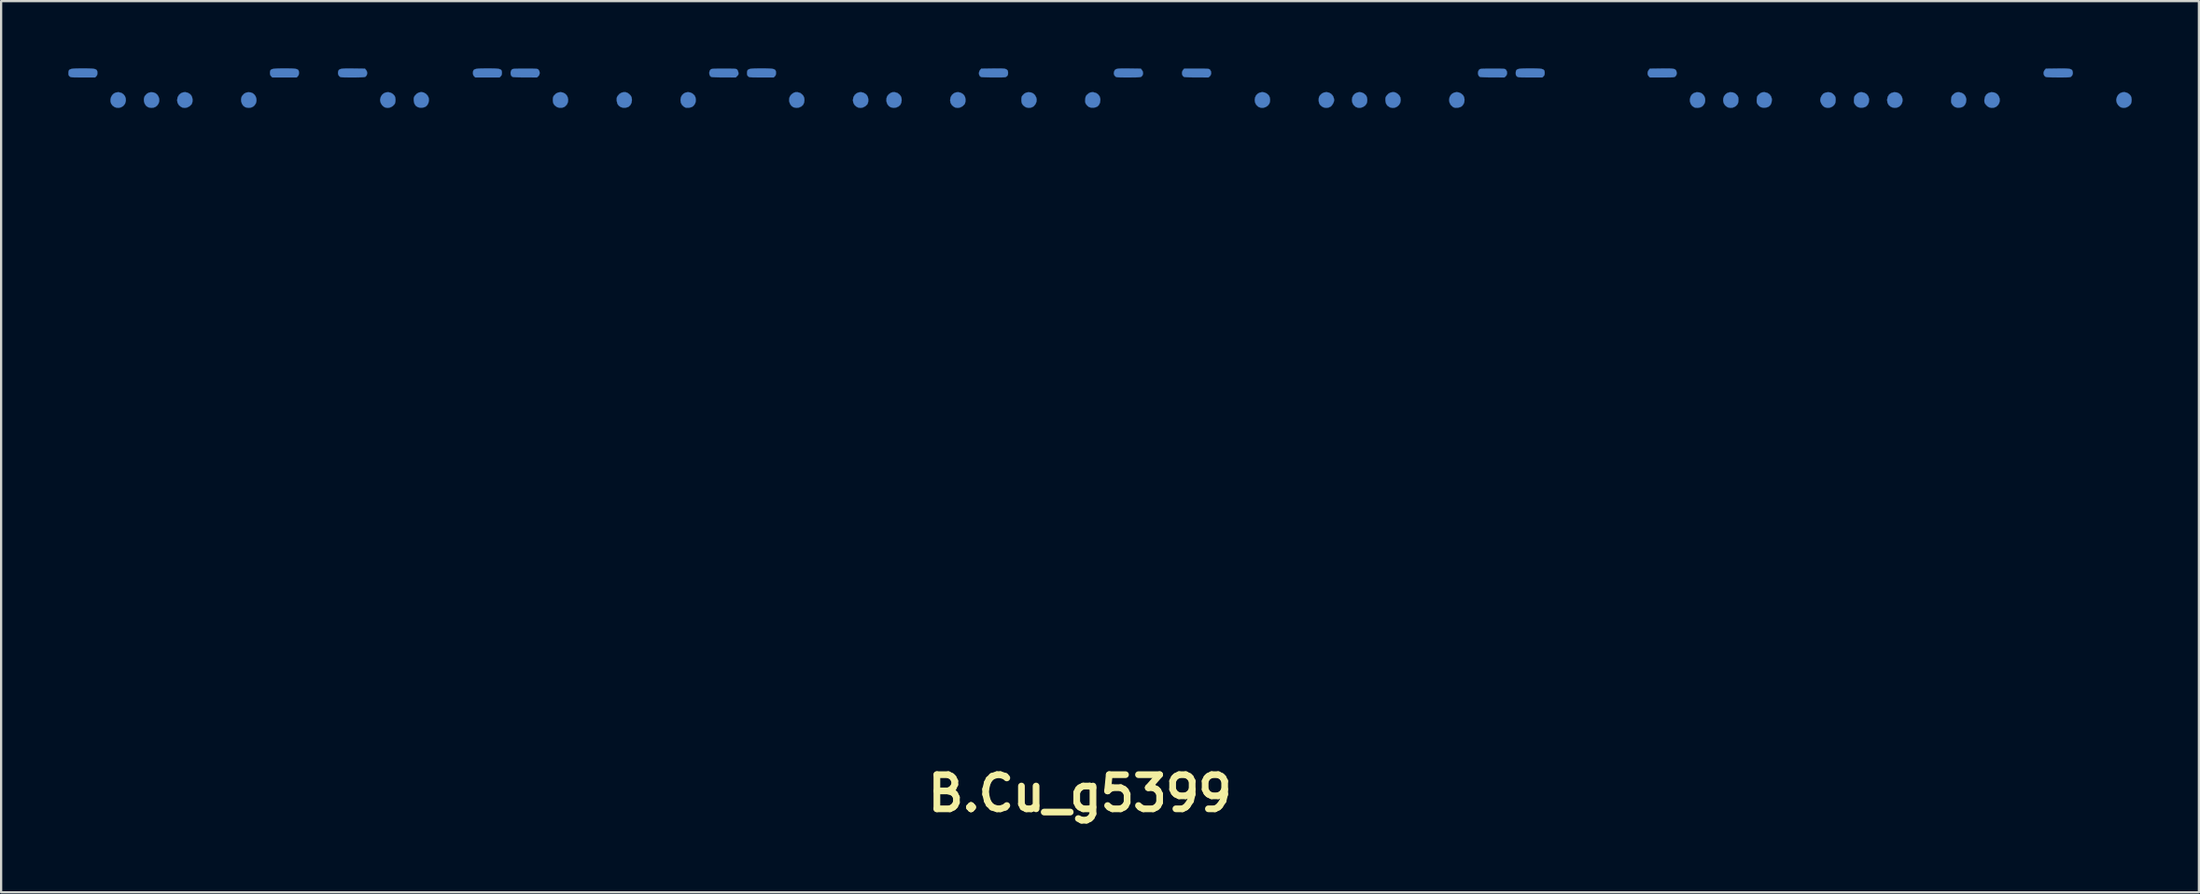
<source format=kicad_pcb>
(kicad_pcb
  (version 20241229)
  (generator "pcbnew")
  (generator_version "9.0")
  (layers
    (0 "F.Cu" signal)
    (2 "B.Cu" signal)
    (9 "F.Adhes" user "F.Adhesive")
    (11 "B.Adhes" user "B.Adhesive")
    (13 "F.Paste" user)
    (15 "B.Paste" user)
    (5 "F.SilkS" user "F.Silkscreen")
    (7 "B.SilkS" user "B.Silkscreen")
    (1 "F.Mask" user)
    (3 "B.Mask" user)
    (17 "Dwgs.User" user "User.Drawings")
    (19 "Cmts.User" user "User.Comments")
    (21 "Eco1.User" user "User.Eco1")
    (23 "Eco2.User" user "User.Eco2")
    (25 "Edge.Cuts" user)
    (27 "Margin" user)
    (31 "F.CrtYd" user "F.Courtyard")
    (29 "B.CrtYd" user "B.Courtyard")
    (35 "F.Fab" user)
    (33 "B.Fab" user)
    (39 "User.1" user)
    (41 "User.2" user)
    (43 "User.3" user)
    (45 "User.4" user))
  (footprint "B.Cu_g5399"
    (layer "F.Cu")
    (at 45.154 32.369)
    (property "Reference" "B.Cu_g5399" (at 0 0 0) (layer "F.SilkS") (effects (font (size 1.524 1.524) (thickness 0.3))))
    (attr through_hole)
    (fp_poly (pts (xy -42.9 -31.3) (xy -42.786 -31.271) (xy -42.694 -31.21) (xy -42.629 -31.126) (xy -42.592 -31.025) (xy -42.588 -30.914) (xy -42.621 -30.801) (xy -42.64 -30.765) (xy -42.711 -30.682) (xy -42.806 -30.628) (xy -42.915 -30.606) (xy -43.027 -30.618) (xy -43.094 -30.644) (xy -43.184 -30.71) (xy -43.242 -30.794) (xy -43.27 -30.889) (xy -43.27 -30.988) (xy -43.245 -31.085) (xy -43.196 -31.171) (xy -43.125 -31.241) (xy -43.034 -31.287) (xy -42.926 -31.302) (xy -42.9 -31.3)) (stroke (width 0.01) (type solid)) (fill yes) (layer "B.Cu"))
    (fp_poly (pts (xy -41.356 -31.293) (xy -41.26 -31.254) (xy -41.184 -31.189) (xy -41.13 -31.104) (xy -41.1 -31.008) (xy -41.097 -30.907) (xy -41.124 -30.808) (xy -41.181 -30.717) (xy -41.253 -30.655) (xy -41.338 -30.619) (xy -41.441 -30.607) (xy -41.546 -30.62) (xy -41.609 -30.642) (xy -41.687 -30.703) (xy -41.744 -30.79) (xy -41.776 -30.892) (xy -41.782 -30.998) (xy -41.757 -31.097) (xy -41.735 -31.136) (xy -41.656 -31.227) (xy -41.564 -31.28) (xy -41.469 -31.3) (xy -41.356 -31.293)) (stroke (width 0.01) (type solid)) (fill yes) (layer "B.Cu"))
    (fp_poly (pts (xy -39.825 -31.279) (xy -39.729 -31.223) (xy -39.67 -31.161) (xy -39.63 -31.08) (xy -39.611 -30.98) (xy -39.614 -30.878) (xy -39.641 -30.79) (xy -39.658 -30.762) (xy -39.742 -30.679) (xy -39.843 -30.625) (xy -39.951 -30.604) (xy -40.058 -30.618) (xy -40.123 -30.647) (xy -40.217 -30.727) (xy -40.276 -30.826) (xy -40.297 -30.94) (xy -40.279 -31.061) (xy -40.27 -31.085) (xy -40.212 -31.184) (xy -40.131 -31.254) (xy -40.034 -31.294) (xy -39.929 -31.303) (xy -39.825 -31.279)) (stroke (width 0.01) (type solid)) (fill yes) (layer "B.Cu"))
    (fp_poly (pts (xy -37.016 -31.293) (xy -36.92 -31.254) (xy -36.844 -31.189) (xy -36.79 -31.105) (xy -36.761 -31.008) (xy -36.758 -30.907) (xy -36.784 -30.808) (xy -36.842 -30.717) (xy -36.914 -30.655) (xy -36.999 -30.619) (xy -37.102 -30.607) (xy -37.207 -30.62) (xy -37.27 -30.642) (xy -37.348 -30.703) (xy -37.405 -30.79) (xy -37.437 -30.892) (xy -37.442 -30.998) (xy -37.418 -31.097) (xy -37.396 -31.136) (xy -37.317 -31.227) (xy -37.225 -31.28) (xy -37.13 -31.3) (xy -37.016 -31.293)) (stroke (width 0.01) (type solid)) (fill yes) (layer "B.Cu"))
    (fp_poly (pts (xy -30.764 -31.279) (xy -30.667 -31.222) (xy -30.598 -31.149) (xy -30.566 -31.079) (xy -30.552 -30.986) (xy -30.556 -30.888) (xy -30.577 -30.802) (xy -30.598 -30.762) (xy -30.683 -30.677) (xy -30.785 -30.624) (xy -30.893 -30.604) (xy -31.001 -30.619) (xy -31.075 -30.655) (xy -31.152 -30.728) (xy -31.208 -30.824) (xy -31.235 -30.928) (xy -31.235 -30.983) (xy -31.205 -31.099) (xy -31.146 -31.191) (xy -31.066 -31.256) (xy -30.97 -31.294) (xy -30.867 -31.302) (xy -30.764 -31.279)) (stroke (width 0.01) (type solid)) (fill yes) (layer "B.Cu"))
    (fp_poly (pts (xy -9.662 -31.279) (xy -9.567 -31.223) (xy -9.508 -31.161) (xy -9.467 -31.08) (xy -9.448 -30.98) (xy -9.452 -30.878) (xy -9.478 -30.79) (xy -9.495 -30.762) (xy -9.579 -30.679) (xy -9.68 -30.625) (xy -9.789 -30.604) (xy -9.896 -30.618) (xy -9.961 -30.647) (xy -10.055 -30.727) (xy -10.113 -30.826) (xy -10.134 -30.94) (xy -10.116 -31.061) (xy -10.108 -31.085) (xy -10.05 -31.184) (xy -9.968 -31.254) (xy -9.871 -31.294) (xy -9.767 -31.303) (xy -9.662 -31.279)) (stroke (width 0.01) (type solid)) (fill yes) (layer "B.Cu"))
    (fp_poly (pts (xy -5.323 -31.279) (xy -5.228 -31.223) (xy -5.169 -31.161) (xy -5.128 -31.08) (xy -5.109 -30.98) (xy -5.113 -30.878) (xy -5.139 -30.79) (xy -5.156 -30.762) (xy -5.24 -30.679) (xy -5.341 -30.625) (xy -5.45 -30.604) (xy -5.556 -30.618) (xy -5.622 -30.647) (xy -5.715 -30.727) (xy -5.774 -30.826) (xy -5.795 -30.94) (xy -5.777 -31.061) (xy -5.769 -31.085) (xy -5.711 -31.184) (xy -5.629 -31.254) (xy -5.532 -31.294) (xy -5.427 -31.303) (xy -5.323 -31.279)) (stroke (width 0.01) (type solid)) (fill yes) (layer "B.Cu"))
    (fp_poly (pts (xy 8.231 -31.292) (xy 8.33 -31.248) (xy 8.417 -31.17) (xy 8.432 -31.152) (xy 8.47 -31.069) (xy 8.485 -30.968) (xy 8.476 -30.865) (xy 8.445 -30.781) (xy 8.376 -30.696) (xy 8.284 -30.638) (xy 8.179 -30.608) (xy 8.071 -30.61) (xy 7.972 -30.646) (xy 7.958 -30.655) (xy 7.87 -30.738) (xy 7.817 -30.843) (xy 7.801 -30.956) (xy 7.819 -31.073) (xy 7.868 -31.168) (xy 7.94 -31.239) (xy 8.029 -31.285) (xy 8.129 -31.304) (xy 8.231 -31.292)) (stroke (width 0.01) (type solid)) (fill yes) (layer "B.Cu"))
    (fp_poly (pts (xy 12.57 -31.292) (xy 12.669 -31.248) (xy 12.757 -31.17) (xy 12.771 -31.152) (xy 12.809 -31.069) (xy 12.824 -30.968) (xy 12.815 -30.865) (xy 12.785 -30.781) (xy 12.715 -30.696) (xy 12.623 -30.638) (xy 12.518 -30.608) (xy 12.41 -30.61) (xy 12.311 -30.646) (xy 12.297 -30.655) (xy 12.209 -30.738) (xy 12.156 -30.843) (xy 12.141 -30.956) (xy 12.158 -31.073) (xy 12.207 -31.168) (xy 12.279 -31.239) (xy 12.369 -31.285) (xy 12.468 -31.304) (xy 12.57 -31.292)) (stroke (width 0.01) (type solid)) (fill yes) (layer "B.Cu"))
    (fp_poly (pts (xy 27.648 -31.293) (xy 27.744 -31.254) (xy 27.82 -31.189) (xy 27.874 -31.105) (xy 27.904 -31.008) (xy 27.906 -30.907) (xy 27.88 -30.808) (xy 27.822 -30.717) (xy 27.751 -30.655) (xy 27.675 -30.623) (xy 27.579 -30.608) (xy 27.483 -30.611) (xy 27.421 -30.627) (xy 27.33 -30.687) (xy 27.265 -30.776) (xy 27.229 -30.884) (xy 27.225 -30.982) (xy 27.253 -31.103) (xy 27.314 -31.198) (xy 27.403 -31.265) (xy 27.519 -31.299) (xy 27.534 -31.3) (xy 27.648 -31.293)) (stroke (width 0.01) (type solid)) (fill yes) (layer "B.Cu"))
    (fp_poly (pts (xy 36.452 -31.293) (xy 36.549 -31.254) (xy 36.626 -31.189) (xy 36.68 -31.105) (xy 36.71 -31.009) (xy 36.713 -30.908) (xy 36.686 -30.808) (xy 36.628 -30.718) (xy 36.556 -30.655) (xy 36.465 -30.617) (xy 36.359 -30.607) (xy 36.252 -30.626) (xy 36.192 -30.653) (xy 36.103 -30.727) (xy 36.048 -30.825) (xy 36.029 -30.942) (xy 36.03 -30.98) (xy 36.058 -31.102) (xy 36.118 -31.198) (xy 36.207 -31.264) (xy 36.322 -31.298) (xy 36.338 -31.3) (xy 36.452 -31.293)) (stroke (width 0.01) (type solid)) (fill yes) (layer "B.Cu"))
    (fp_poly (pts (xy 46.738 -31.276) (xy 46.834 -31.214) (xy 46.893 -31.149) (xy 46.925 -31.079) (xy 46.939 -30.986) (xy 46.935 -30.888) (xy 46.914 -30.802) (xy 46.893 -30.762) (xy 46.808 -30.677) (xy 46.706 -30.624) (xy 46.598 -30.604) (xy 46.49 -30.619) (xy 46.416 -30.655) (xy 46.337 -30.73) (xy 46.281 -30.828) (xy 46.257 -30.934) (xy 46.259 -30.987) (xy 46.292 -31.105) (xy 46.353 -31.197) (xy 46.435 -31.262) (xy 46.531 -31.298) (xy 46.635 -31.303) (xy 46.738 -31.276)) (stroke (width 0.01) (type solid)) (fill yes) (layer "B.Cu"))
    (fp_poly (pts (xy -2.193 -31.293) (xy -2.09 -31.248) (xy -2.009 -31.172) (xy -1.954 -31.068) (xy -1.935 -30.985) (xy -1.942 -30.882) (xy -1.982 -30.779) (xy -2.049 -30.691) (xy -2.093 -30.655) (xy -2.186 -30.616) (xy -2.292 -30.606) (xy -2.395 -30.625) (xy -2.456 -30.655) (xy -2.539 -30.723) (xy -2.589 -30.797) (xy -2.611 -30.89) (xy -2.614 -30.956) (xy -2.61 -31.045) (xy -2.595 -31.107) (xy -2.57 -31.149) (xy -2.487 -31.236) (xy -2.391 -31.285) (xy -2.312 -31.3) (xy -2.193 -31.293)) (stroke (width 0.01) (type solid)) (fill yes) (layer "B.Cu"))
    (fp_poly (pts (xy -29.298 -31.29) (xy -29.2 -31.235) (xy -29.114 -31.144) (xy -29.11 -31.138) (xy -29.069 -31.043) (xy -29.061 -30.935) (xy -29.082 -30.827) (xy -29.131 -30.731) (xy -29.195 -30.666) (xy -29.276 -30.629) (xy -29.377 -30.612) (xy -29.48 -30.616) (xy -29.565 -30.641) (xy -29.651 -30.704) (xy -29.706 -30.792) (xy -29.733 -30.909) (xy -29.735 -30.934) (xy -29.737 -31.014) (xy -29.727 -31.07) (xy -29.703 -31.12) (xy -29.693 -31.136) (xy -29.608 -31.23) (xy -29.509 -31.287) (xy -29.404 -31.307) (xy -29.298 -31.29)) (stroke (width 0.01) (type solid)) (fill yes) (layer "B.Cu"))
    (fp_poly (pts (xy -23.077 -31.286) (xy -22.984 -31.237) (xy -22.908 -31.158) (xy -22.87 -31.085) (xy -22.845 -30.966) (xy -22.858 -30.852) (xy -22.905 -30.749) (xy -22.984 -30.667) (xy -23.031 -30.638) (xy -23.12 -30.611) (xy -23.222 -30.609) (xy -23.319 -30.63) (xy -23.368 -30.655) (xy -23.453 -30.724) (xy -23.502 -30.799) (xy -23.524 -30.893) (xy -23.527 -30.954) (xy -23.523 -31.036) (xy -23.51 -31.093) (xy -23.483 -31.143) (xy -23.47 -31.161) (xy -23.385 -31.242) (xy -23.286 -31.289) (xy -23.181 -31.304) (xy -23.077 -31.286)) (stroke (width 0.01) (type solid)) (fill yes) (layer "B.Cu"))
    (fp_poly (pts (xy -17.395 -31.29) (xy -17.297 -31.244) (xy -17.21 -31.163) (xy -17.201 -31.152) (xy -17.163 -31.07) (xy -17.148 -30.97) (xy -17.156 -30.867) (xy -17.186 -30.784) (xy -17.248 -30.697) (xy -17.321 -30.644) (xy -17.417 -30.617) (xy -17.473 -30.611) (xy -17.553 -30.609) (xy -17.609 -30.619) (xy -17.658 -30.643) (xy -17.673 -30.653) (xy -17.762 -30.736) (xy -17.815 -30.84) (xy -17.83 -30.959) (xy -17.81 -31.076) (xy -17.761 -31.171) (xy -17.687 -31.242) (xy -17.597 -31.287) (xy -17.497 -31.304) (xy -17.395 -31.29)) (stroke (width 0.01) (type solid)) (fill yes) (layer "B.Cu"))
    (fp_poly (pts (xy 16.909 -31.292) (xy 17.008 -31.248) (xy 17.096 -31.17) (xy 17.11 -31.152) (xy 17.148 -31.07) (xy 17.164 -30.97) (xy 17.155 -30.867) (xy 17.125 -30.784) (xy 17.063 -30.697) (xy 16.99 -30.644) (xy 16.894 -30.617) (xy 16.839 -30.611) (xy 16.758 -30.609) (xy 16.702 -30.619) (xy 16.653 -30.643) (xy 16.638 -30.653) (xy 16.549 -30.737) (xy 16.496 -30.843) (xy 16.48 -30.956) (xy 16.497 -31.073) (xy 16.546 -31.168) (xy 16.618 -31.239) (xy 16.708 -31.285) (xy 16.807 -31.304) (xy 16.909 -31.292)) (stroke (width 0.01) (type solid)) (fill yes) (layer "B.Cu"))
    (fp_poly (pts (xy 29.138 -31.294) (xy 29.243 -31.249) (xy 29.329 -31.167) (xy 29.364 -31.113) (xy 29.383 -31.062) (xy 29.389 -30.993) (xy 29.39 -30.954) (xy 29.38 -30.845) (xy 29.346 -30.762) (xy 29.281 -30.691) (xy 29.231 -30.655) (xy 29.144 -30.618) (xy 29.041 -30.606) (xy 28.94 -30.621) (xy 28.88 -30.647) (xy 28.791 -30.722) (xy 28.735 -30.813) (xy 28.71 -30.914) (xy 28.714 -31.016) (xy 28.745 -31.113) (xy 28.802 -31.197) (xy 28.884 -31.261) (xy 28.989 -31.297) (xy 29.016 -31.3) (xy 29.138 -31.294)) (stroke (width 0.01) (type solid)) (fill yes) (layer "B.Cu"))
    (fp_poly (pts (xy -12.597 -31.3) (xy -12.589 -31.299) (xy -12.486 -31.268) (xy -12.398 -31.201) (xy -12.344 -31.134) (xy -12.308 -31.05) (xy -12.298 -30.948) (xy -12.313 -30.844) (xy -12.351 -30.754) (xy -12.36 -30.74) (xy -12.44 -30.666) (xy -12.542 -30.62) (xy -12.656 -30.607) (xy -12.771 -30.627) (xy -12.799 -30.638) (xy -12.877 -30.693) (xy -12.937 -30.777) (xy -12.972 -30.878) (xy -12.978 -30.938) (xy -12.971 -31.042) (xy -12.942 -31.122) (xy -12.887 -31.192) (xy -12.86 -31.217) (xy -12.778 -31.276) (xy -12.696 -31.302) (xy -12.597 -31.3)) (stroke (width 0.01) (type solid)) (fill yes) (layer "B.Cu"))
    (fp_poly (pts (xy -8.258 -31.3) (xy -8.25 -31.299) (xy -8.147 -31.268) (xy -8.058 -31.201) (xy -8.004 -31.134) (xy -7.969 -31.05) (xy -7.959 -30.948) (xy -7.974 -30.844) (xy -8.012 -30.754) (xy -8.021 -30.74) (xy -8.101 -30.666) (xy -8.203 -30.62) (xy -8.317 -30.607) (xy -8.432 -30.627) (xy -8.46 -30.638) (xy -8.538 -30.693) (xy -8.598 -30.777) (xy -8.633 -30.878) (xy -8.639 -30.938) (xy -8.631 -31.042) (xy -8.603 -31.122) (xy -8.548 -31.192) (xy -8.521 -31.217) (xy -8.439 -31.276) (xy -8.357 -31.302) (xy -8.258 -31.3)) (stroke (width 0.01) (type solid)) (fill yes) (layer "B.Cu"))
    (fp_poly (pts (xy 40.791 -31.293) (xy 40.888 -31.254) (xy 40.965 -31.189) (xy 41.019 -31.105) (xy 41.049 -31.009) (xy 41.052 -30.908) (xy 41.025 -30.808) (xy 40.967 -30.718) (xy 40.895 -30.655) (xy 40.803 -30.616) (xy 40.696 -30.606) (xy 40.593 -30.625) (xy 40.533 -30.655) (xy 40.472 -30.707) (xy 40.417 -30.769) (xy 40.411 -30.777) (xy 40.381 -30.829) (xy 40.369 -30.883) (xy 40.369 -30.956) (xy 40.37 -30.972) (xy 40.396 -31.096) (xy 40.453 -31.194) (xy 40.54 -31.261) (xy 40.653 -31.297) (xy 40.677 -31.3) (xy 40.791 -31.293)) (stroke (width 0.01) (type solid)) (fill yes) (layer "B.Cu"))
    (fp_poly (pts (xy 11.11 -31.285) (xy 11.204 -31.234) (xy 11.279 -31.154) (xy 11.305 -31.107) (xy 11.33 -31.037) (xy 11.344 -30.97) (xy 11.345 -30.955) (xy 11.33 -30.873) (xy 11.289 -30.783) (xy 11.231 -30.702) (xy 11.178 -30.655) (xy 11.086 -30.616) (xy 10.98 -30.606) (xy 10.877 -30.625) (xy 10.816 -30.655) (xy 10.731 -30.724) (xy 10.682 -30.799) (xy 10.66 -30.893) (xy 10.657 -30.954) (xy 10.661 -31.035) (xy 10.673 -31.092) (xy 10.701 -31.142) (xy 10.718 -31.167) (xy 10.802 -31.246) (xy 10.901 -31.291) (xy 11.006 -31.304) (xy 11.11 -31.285)) (stroke (width 0.01) (type solid)) (fill yes) (layer "B.Cu"))
    (fp_poly (pts (xy 14.106 -31.278) (xy 14.188 -31.221) (xy 14.194 -31.217) (xy 14.26 -31.146) (xy 14.297 -31.072) (xy 14.311 -30.977) (xy 14.312 -30.938) (xy 14.292 -30.828) (xy 14.24 -30.735) (xy 14.162 -30.664) (xy 14.067 -30.618) (xy 13.962 -30.603) (xy 13.854 -30.622) (xy 13.807 -30.644) (xy 13.719 -30.709) (xy 13.664 -30.794) (xy 13.638 -30.905) (xy 13.636 -30.934) (xy 13.634 -31.014) (xy 13.643 -31.069) (xy 13.667 -31.118) (xy 13.677 -31.134) (xy 13.758 -31.227) (xy 13.851 -31.281) (xy 13.923 -31.299) (xy 14.024 -31.303) (xy 14.106 -31.278)) (stroke (width 0.01) (type solid)) (fill yes) (layer "B.Cu"))
    (fp_poly (pts (xy -35.325 -32.363) (xy -35.18 -32.36) (xy -35.069 -32.353) (xy -34.987 -32.34) (xy -34.93 -32.321) (xy -34.893 -32.293) (xy -34.873 -32.256) (xy -34.863 -32.208) (xy -34.861 -32.153) (xy -34.872 -32.076) (xy -34.909 -32.019) (xy -34.913 -32.014) (xy -34.965 -31.962) (xy -36.049 -31.962) (xy -36.101 -32.014) (xy -36.14 -32.071) (xy -36.153 -32.144) (xy -36.153 -32.153) (xy -36.15 -32.212) (xy -36.14 -32.26) (xy -36.119 -32.296) (xy -36.08 -32.323) (xy -36.021 -32.341) (xy -35.937 -32.353) (xy -35.823 -32.36) (xy -35.676 -32.363) (xy -35.507 -32.364) (xy -35.325 -32.363)) (stroke (width 0.01) (type solid)) (fill yes) (layer "B.Cu"))
    (fp_poly (pts (xy -26.267 -32.363) (xy -26.122 -32.36) (xy -26.011 -32.353) (xy -25.928 -32.34) (xy -25.871 -32.321) (xy -25.834 -32.294) (xy -25.813 -32.257) (xy -25.804 -32.209) (xy -25.802 -32.153) (xy -25.813 -32.076) (xy -25.849 -32.019) (xy -25.854 -32.014) (xy -25.906 -31.962) (xy -26.989 -31.962) (xy -27.041 -32.014) (xy -27.079 -32.066) (xy -27.092 -32.133) (xy -27.093 -32.156) (xy -27.09 -32.215) (xy -27.078 -32.262) (xy -27.055 -32.298) (xy -27.014 -32.324) (xy -26.952 -32.342) (xy -26.864 -32.354) (xy -26.746 -32.361) (xy -26.593 -32.363) (xy -26.45 -32.364) (xy -26.267 -32.363)) (stroke (width 0.01) (type solid)) (fill yes) (layer "B.Cu"))
    (fp_poly (pts (xy -20.205 -31.278) (xy -20.123 -31.221) (xy -20.117 -31.217) (xy -20.051 -31.146) (xy -20.014 -31.072) (xy -20 -30.977) (xy -20 -30.938) (xy -20.017 -30.832) (xy -20.065 -30.736) (xy -20.136 -30.664) (xy -20.183 -30.637) (xy -20.284 -30.612) (xy -20.391 -30.611) (xy -20.486 -30.635) (xy -20.504 -30.644) (xy -20.592 -30.709) (xy -20.647 -30.794) (xy -20.673 -30.905) (xy -20.676 -30.934) (xy -20.677 -31.014) (xy -20.668 -31.069) (xy -20.645 -31.118) (xy -20.634 -31.134) (xy -20.553 -31.227) (xy -20.46 -31.281) (xy -20.388 -31.299) (xy -20.287 -31.303) (xy -20.205 -31.278)) (stroke (width 0.01) (type solid)) (fill yes) (layer "B.Cu"))
    (fp_poly (pts (xy 0.598 -31.3) (xy 0.714 -31.27) (xy 0.807 -31.207) (xy 0.874 -31.118) (xy 0.907 -31.008) (xy 0.91 -30.962) (xy 0.893 -30.837) (xy 0.845 -30.734) (xy 0.777 -30.666) (xy 0.695 -30.629) (xy 0.594 -30.612) (xy 0.491 -30.616) (xy 0.405 -30.642) (xy 0.348 -30.683) (xy 0.293 -30.742) (xy 0.281 -30.758) (xy 0.251 -30.81) (xy 0.237 -30.858) (xy 0.234 -30.921) (xy 0.237 -30.977) (xy 0.245 -31.058) (xy 0.26 -31.113) (xy 0.287 -31.157) (xy 0.308 -31.18) (xy 0.393 -31.255) (xy 0.478 -31.294) (xy 0.575 -31.302) (xy 0.598 -31.3)) (stroke (width 0.01) (type solid)) (fill yes) (layer "B.Cu"))
    (fp_poly (pts (xy 30.57 -31.3) (xy 30.686 -31.27) (xy 30.779 -31.207) (xy 30.846 -31.118) (xy 30.879 -31.008) (xy 30.882 -30.962) (xy 30.865 -30.837) (xy 30.817 -30.734) (xy 30.749 -30.666) (xy 30.667 -30.629) (xy 30.566 -30.612) (xy 30.463 -30.616) (xy 30.377 -30.642) (xy 30.32 -30.683) (xy 30.265 -30.742) (xy 30.253 -30.758) (xy 30.223 -30.81) (xy 30.209 -30.858) (xy 30.206 -30.921) (xy 30.209 -30.977) (xy 30.217 -31.058) (xy 30.232 -31.113) (xy 30.259 -31.157) (xy 30.28 -31.18) (xy 30.365 -31.255) (xy 30.45 -31.294) (xy 30.547 -31.302) (xy 30.57 -31.3)) (stroke (width 0.01) (type solid)) (fill yes) (layer "B.Cu"))
    (fp_poly (pts (xy 33.496 -31.29) (xy 33.531 -31.278) (xy 33.592 -31.241) (xy 33.652 -31.186) (xy 33.668 -31.167) (xy 33.704 -31.113) (xy 33.722 -31.062) (xy 33.729 -30.993) (xy 33.729 -30.954) (xy 33.719 -30.845) (xy 33.685 -30.762) (xy 33.62 -30.691) (xy 33.571 -30.655) (xy 33.479 -30.616) (xy 33.374 -30.606) (xy 33.27 -30.625) (xy 33.208 -30.655) (xy 33.144 -30.715) (xy 33.089 -30.799) (xy 33.052 -30.888) (xy 33.042 -30.955) (xy 33.059 -31.048) (xy 33.103 -31.143) (xy 33.164 -31.221) (xy 33.19 -31.242) (xy 33.282 -31.285) (xy 33.39 -31.302) (xy 33.496 -31.29)) (stroke (width 0.01) (type solid)) (fill yes) (layer "B.Cu"))
    (fp_poly (pts (xy 34.909 -31.3) (xy 35.025 -31.27) (xy 35.119 -31.207) (xy 35.185 -31.118) (xy 35.218 -31.008) (xy 35.221 -30.962) (xy 35.205 -30.837) (xy 35.156 -30.734) (xy 35.088 -30.666) (xy 35.006 -30.629) (xy 34.905 -30.612) (xy 34.802 -30.616) (xy 34.716 -30.642) (xy 34.659 -30.683) (xy 34.604 -30.742) (xy 34.592 -30.758) (xy 34.563 -30.81) (xy 34.548 -30.858) (xy 34.545 -30.921) (xy 34.548 -30.977) (xy 34.556 -31.058) (xy 34.571 -31.113) (xy 34.599 -31.157) (xy 34.619 -31.18) (xy 34.704 -31.255) (xy 34.79 -31.294) (xy 34.886 -31.302) (xy 34.909 -31.3)) (stroke (width 0.01) (type solid)) (fill yes) (layer "B.Cu"))
    (fp_poly (pts (xy 39.248 -31.3) (xy 39.364 -31.27) (xy 39.458 -31.207) (xy 39.524 -31.118) (xy 39.558 -31.008) (xy 39.56 -30.962) (xy 39.544 -30.837) (xy 39.495 -30.734) (xy 39.427 -30.666) (xy 39.346 -30.629) (xy 39.244 -30.612) (xy 39.141 -30.616) (xy 39.056 -30.642) (xy 38.998 -30.683) (xy 38.943 -30.742) (xy 38.931 -30.758) (xy 38.902 -30.81) (xy 38.887 -30.858) (xy 38.884 -30.921) (xy 38.887 -30.977) (xy 38.895 -31.058) (xy 38.91 -31.113) (xy 38.938 -31.157) (xy 38.958 -31.18) (xy 39.044 -31.255) (xy 39.129 -31.294) (xy 39.226 -31.302) (xy 39.248 -31.3)) (stroke (width 0.01) (type solid)) (fill yes) (layer "B.Cu"))
    (fp_poly (pts (xy 5.372 -32.353) (xy 5.501 -32.353) (xy 5.599 -32.351) (xy 5.671 -32.348) (xy 5.72 -32.344) (xy 5.754 -32.337) (xy 5.776 -32.328) (xy 5.793 -32.316) (xy 5.804 -32.305) (xy 5.845 -32.237) (xy 5.856 -32.155) (xy 5.838 -32.074) (xy 5.793 -32.013) (xy 5.734 -31.962) (xy 5.211 -31.963) (xy 5.044 -31.964) (xy 4.9 -31.967) (xy 4.784 -31.972) (xy 4.699 -31.977) (xy 4.65 -31.984) (xy 4.643 -31.986) (xy 4.588 -32.034) (xy 4.558 -32.105) (xy 4.555 -32.185) (xy 4.58 -32.263) (xy 4.602 -32.294) (xy 4.653 -32.353) (xy 5.205 -32.353) (xy 5.372 -32.353)) (stroke (width 0.01) (type solid)) (fill yes) (layer "B.Cu"))
    (fp_poly (pts (xy 26.26 -32.362) (xy 26.373 -32.358) (xy 26.457 -32.35) (xy 26.518 -32.338) (xy 26.561 -32.32) (xy 26.59 -32.296) (xy 26.611 -32.264) (xy 26.618 -32.247) (xy 26.638 -32.157) (xy 26.622 -32.073) (xy 26.573 -32.006) (xy 26.569 -32.003) (xy 26.55 -31.991) (xy 26.527 -31.981) (xy 26.495 -31.973) (xy 26.447 -31.968) (xy 26.379 -31.965) (xy 26.285 -31.963) (xy 26.161 -31.962) (xy 26 -31.962) (xy 25.978 -31.962) (xy 25.44 -31.962) (xy 25.388 -32.014) (xy 25.345 -32.084) (xy 25.336 -32.168) (xy 25.359 -32.251) (xy 25.388 -32.294) (xy 25.439 -32.353) (xy 25.933 -32.36) (xy 26.115 -32.362) (xy 26.26 -32.362)) (stroke (width 0.01) (type solid)) (fill yes) (layer "B.Cu"))
    (fp_poly (pts (xy -32.49 -32.361) (xy -32.423 -32.36) (xy -31.916 -32.353) (xy -31.865 -32.294) (xy -31.825 -32.221) (xy -31.816 -32.14) (xy -31.835 -32.064) (xy -31.882 -32.004) (xy -31.912 -31.985) (xy -31.953 -31.977) (xy -32.035 -31.97) (xy -32.155 -31.965) (xy -32.312 -31.962) (xy -32.478 -31.962) (xy -32.64 -31.962) (xy -32.764 -31.963) (xy -32.858 -31.965) (xy -32.925 -31.968) (xy -32.973 -31.973) (xy -33.005 -31.981) (xy -33.028 -31.991) (xy -33.048 -32.004) (xy -33.048 -32.005) (xy -33.098 -32.069) (xy -33.119 -32.152) (xy -33.108 -32.238) (xy -33.106 -32.243) (xy -33.089 -32.279) (xy -33.064 -32.307) (xy -33.027 -32.329) (xy -32.972 -32.344) (xy -32.896 -32.354) (xy -32.794 -32.36) (xy -32.66 -32.362) (xy -32.49 -32.361)) (stroke (width 0.01) (type solid)) (fill yes) (layer "B.Cu"))
    (fp_poly (pts (xy 2.119 -32.361) (xy 2.219 -32.36) (xy 2.713 -32.353) (xy 2.764 -32.294) (xy 2.805 -32.22) (xy 2.815 -32.139) (xy 2.796 -32.064) (xy 2.749 -32.005) (xy 2.729 -31.993) (xy 2.701 -31.982) (xy 2.658 -31.975) (xy 2.595 -31.969) (xy 2.507 -31.965) (xy 2.389 -31.963) (xy 2.236 -31.962) (xy 2.152 -31.962) (xy 1.99 -31.962) (xy 1.865 -31.963) (xy 1.772 -31.965) (xy 1.704 -31.968) (xy 1.656 -31.973) (xy 1.624 -31.981) (xy 1.601 -31.991) (xy 1.581 -32.004) (xy 1.528 -32.071) (xy 1.511 -32.154) (xy 1.532 -32.244) (xy 1.55 -32.28) (xy 1.574 -32.308) (xy 1.61 -32.329) (xy 1.661 -32.345) (xy 1.732 -32.355) (xy 1.829 -32.36) (xy 1.956 -32.362) (xy 2.119 -32.361)) (stroke (width 0.01) (type solid)) (fill yes) (layer "B.Cu"))
    (fp_poly (pts (xy -24.597 -32.353) (xy -24.468 -32.353) (xy -24.371 -32.351) (xy -24.3 -32.348) (xy -24.251 -32.344) (xy -24.218 -32.337) (xy -24.195 -32.328) (xy -24.179 -32.316) (xy -24.168 -32.305) (xy -24.127 -32.237) (xy -24.116 -32.155) (xy -24.134 -32.074) (xy -24.179 -32.013) (xy -24.238 -31.962) (xy -24.761 -31.963) (xy -24.933 -31.964) (xy -25.079 -31.968) (xy -25.196 -31.972) (xy -25.279 -31.978) (xy -25.325 -31.985) (xy -25.33 -31.987) (xy -25.381 -32.033) (xy -25.409 -32.102) (xy -25.414 -32.181) (xy -25.395 -32.258) (xy -25.355 -32.313) (xy -25.339 -32.326) (xy -25.317 -32.335) (xy -25.285 -32.342) (xy -25.237 -32.347) (xy -25.168 -32.35) (xy -25.072 -32.352) (xy -24.946 -32.353) (xy -24.782 -32.353) (xy -24.763 -32.353) (xy -24.597 -32.353)) (stroke (width 0.01) (type solid)) (fill yes) (layer "B.Cu"))
    (fp_poly (pts (xy 18.583 -32.353) (xy 18.712 -32.353) (xy 18.809 -32.351) (xy 18.88 -32.348) (xy 18.929 -32.344) (xy 18.962 -32.337) (xy 18.985 -32.328) (xy 19.001 -32.316) (xy 19.012 -32.305) (xy 19.053 -32.237) (xy 19.064 -32.155) (xy 19.046 -32.074) (xy 19.001 -32.013) (xy 18.942 -31.962) (xy 18.419 -31.963) (xy 18.247 -31.964) (xy 18.101 -31.968) (xy 17.984 -31.972) (xy 17.901 -31.978) (xy 17.855 -31.985) (xy 17.85 -31.987) (xy 17.799 -32.033) (xy 17.771 -32.102) (xy 17.766 -32.181) (xy 17.785 -32.258) (xy 17.825 -32.313) (xy 17.841 -32.326) (xy 17.863 -32.335) (xy 17.895 -32.342) (xy 17.943 -32.347) (xy 18.012 -32.35) (xy 18.108 -32.352) (xy 18.234 -32.353) (xy 18.398 -32.353) (xy 18.417 -32.353) (xy 18.583 -32.353)) (stroke (width 0.01) (type solid)) (fill yes) (layer "B.Cu"))
    (fp_poly (pts (xy -44.319 -32.363) (xy -44.175 -32.359) (xy -44.064 -32.352) (xy -43.983 -32.339) (xy -43.926 -32.319) (xy -43.889 -32.29) (xy -43.869 -32.252) (xy -43.86 -32.203) (xy -43.858 -32.156) (xy -43.866 -32.082) (xy -43.896 -32.028) (xy -43.909 -32.014) (xy -43.961 -31.962) (xy -44.499 -31.962) (xy -44.664 -31.962) (xy -44.793 -31.963) (xy -44.889 -31.964) (xy -44.96 -31.967) (xy -45.01 -31.972) (xy -45.044 -31.979) (xy -45.068 -31.989) (xy -45.087 -32.001) (xy -45.093 -32.006) (xy -45.13 -32.044) (xy -45.146 -32.092) (xy -45.148 -32.145) (xy -45.146 -32.206) (xy -45.137 -32.255) (xy -45.116 -32.293) (xy -45.079 -32.321) (xy -45.022 -32.34) (xy -44.941 -32.353) (xy -44.83 -32.36) (xy -44.685 -32.363) (xy -44.503 -32.364) (xy -44.501 -32.364) (xy -44.319 -32.363)) (stroke (width 0.01) (type solid)) (fill yes) (layer "B.Cu"))
    (fp_poly (pts (xy -14.03 -32.363) (xy -13.885 -32.359) (xy -13.775 -32.352) (xy -13.693 -32.339) (xy -13.636 -32.319) (xy -13.6 -32.29) (xy -13.579 -32.252) (xy -13.57 -32.203) (xy -13.569 -32.156) (xy -13.576 -32.082) (xy -13.607 -32.028) (xy -13.62 -32.014) (xy -13.672 -31.962) (xy -14.21 -31.962) (xy -14.375 -31.962) (xy -14.503 -31.963) (xy -14.6 -31.964) (xy -14.67 -31.967) (xy -14.72 -31.972) (xy -14.754 -31.979) (xy -14.779 -31.989) (xy -14.798 -32.001) (xy -14.803 -32.006) (xy -14.84 -32.044) (xy -14.856 -32.092) (xy -14.859 -32.145) (xy -14.857 -32.206) (xy -14.848 -32.255) (xy -14.827 -32.293) (xy -14.79 -32.321) (xy -14.733 -32.34) (xy -14.651 -32.353) (xy -14.54 -32.36) (xy -14.396 -32.363) (xy -14.213 -32.364) (xy -14.212 -32.364) (xy -14.03 -32.363)) (stroke (width 0.01) (type solid)) (fill yes) (layer "B.Cu"))
    (fp_poly (pts (xy -3.502 -32.361) (xy -3.422 -32.356) (xy -3.362 -32.349) (xy -3.319 -32.337) (xy -3.285 -32.322) (xy -3.258 -32.303) (xy -3.226 -32.267) (xy -3.213 -32.215) (xy -3.21 -32.163) (xy -3.215 -32.093) (xy -3.233 -32.048) (xy -3.268 -32.011) (xy -3.287 -31.996) (xy -3.307 -31.984) (xy -3.333 -31.975) (xy -3.372 -31.969) (xy -3.428 -31.966) (xy -3.507 -31.964) (xy -3.615 -31.963) (xy -3.757 -31.963) (xy -3.848 -31.963) (xy -3.995 -31.964) (xy -4.13 -31.967) (xy -4.246 -31.97) (xy -4.337 -31.974) (xy -4.397 -31.979) (xy -4.417 -31.983) (xy -4.472 -32.026) (xy -4.503 -32.092) (xy -4.508 -32.171) (xy -4.487 -32.249) (xy -4.457 -32.294) (xy -4.406 -32.353) (xy -3.924 -32.36) (xy -3.748 -32.362) (xy -3.609 -32.362) (xy -3.502 -32.361)) (stroke (width 0.01) (type solid)) (fill yes) (layer "B.Cu"))
    (fp_poly (pts (xy 20.282 -32.363) (xy 20.426 -32.359) (xy 20.536 -32.352) (xy 20.618 -32.339) (xy 20.675 -32.319) (xy 20.711 -32.29) (xy 20.732 -32.252) (xy 20.741 -32.203) (xy 20.743 -32.156) (xy 20.735 -32.082) (xy 20.705 -32.028) (xy 20.691 -32.014) (xy 20.639 -31.962) (xy 20.102 -31.962) (xy 19.936 -31.962) (xy 19.808 -31.963) (xy 19.711 -31.964) (xy 19.641 -31.967) (xy 19.591 -31.972) (xy 19.557 -31.979) (xy 19.533 -31.989) (xy 19.513 -32.001) (xy 19.508 -32.006) (xy 19.471 -32.044) (xy 19.455 -32.092) (xy 19.452 -32.145) (xy 19.454 -32.206) (xy 19.464 -32.255) (xy 19.484 -32.293) (xy 19.521 -32.321) (xy 19.578 -32.34) (xy 19.66 -32.353) (xy 19.771 -32.36) (xy 19.916 -32.363) (xy 20.098 -32.364) (xy 20.1 -32.364) (xy 20.282 -32.363)) (stroke (width 0.01) (type solid)) (fill yes) (layer "B.Cu"))
    (fp_poly (pts (xy 43.949 -32.361) (xy 44.061 -32.356) (xy 44.146 -32.348) (xy 44.207 -32.335) (xy 44.25 -32.315) (xy 44.279 -32.29) (xy 44.298 -32.257) (xy 44.303 -32.243) (xy 44.317 -32.158) (xy 44.298 -32.074) (xy 44.249 -32.008) (xy 44.245 -32.005) (xy 44.226 -31.991) (xy 44.203 -31.981) (xy 44.172 -31.974) (xy 44.125 -31.968) (xy 44.059 -31.965) (xy 43.968 -31.963) (xy 43.846 -31.962) (xy 43.687 -31.962) (xy 43.669 -31.962) (xy 43.494 -31.963) (xy 43.357 -31.965) (xy 43.253 -31.969) (xy 43.178 -31.974) (xy 43.128 -31.981) (xy 43.098 -31.991) (xy 43.096 -31.992) (xy 43.041 -32.044) (xy 43.013 -32.118) (xy 43.015 -32.199) (xy 43.048 -32.276) (xy 43.062 -32.294) (xy 43.113 -32.353) (xy 43.62 -32.36) (xy 43.803 -32.362) (xy 43.949 -32.361)) (stroke (width 0.01) (type solid)) (fill yes) (layer "B.Cu"))
    (fp_poly (pts (xy -15.728 -32.353) (xy -15.599 -32.352) (xy -15.501 -32.351) (xy -15.43 -32.348) (xy -15.381 -32.343) (xy -15.348 -32.337) (xy -15.326 -32.328) (xy -15.31 -32.316) (xy -15.302 -32.309) (xy -15.271 -32.259) (xy -15.249 -32.192) (xy -15.246 -32.177) (xy -15.243 -32.117) (xy -15.258 -32.074) (xy -15.299 -32.026) (xy -15.364 -31.962) (xy -15.889 -31.963) (xy -16.062 -31.964) (xy -16.209 -31.968) (xy -16.326 -31.972) (xy -16.41 -31.978) (xy -16.456 -31.985) (xy -16.461 -31.987) (xy -16.512 -32.033) (xy -16.54 -32.102) (xy -16.545 -32.181) (xy -16.526 -32.258) (xy -16.486 -32.313) (xy -16.47 -32.326) (xy -16.448 -32.335) (xy -16.416 -32.342) (xy -16.368 -32.347) (xy -16.299 -32.35) (xy -16.204 -32.352) (xy -16.077 -32.353) (xy -15.913 -32.353) (xy -15.895 -32.353) (xy -15.728 -32.353)) (stroke (width 0.01) (type solid)) (fill yes) (layer "B.Cu")))
  (gr_rect
    (start -3 -3)
    (end 95.098 36.787)
    (stroke (width 0.1) (type default))
    (fill no)
    (layer "Edge.Cuts")))
</source>
